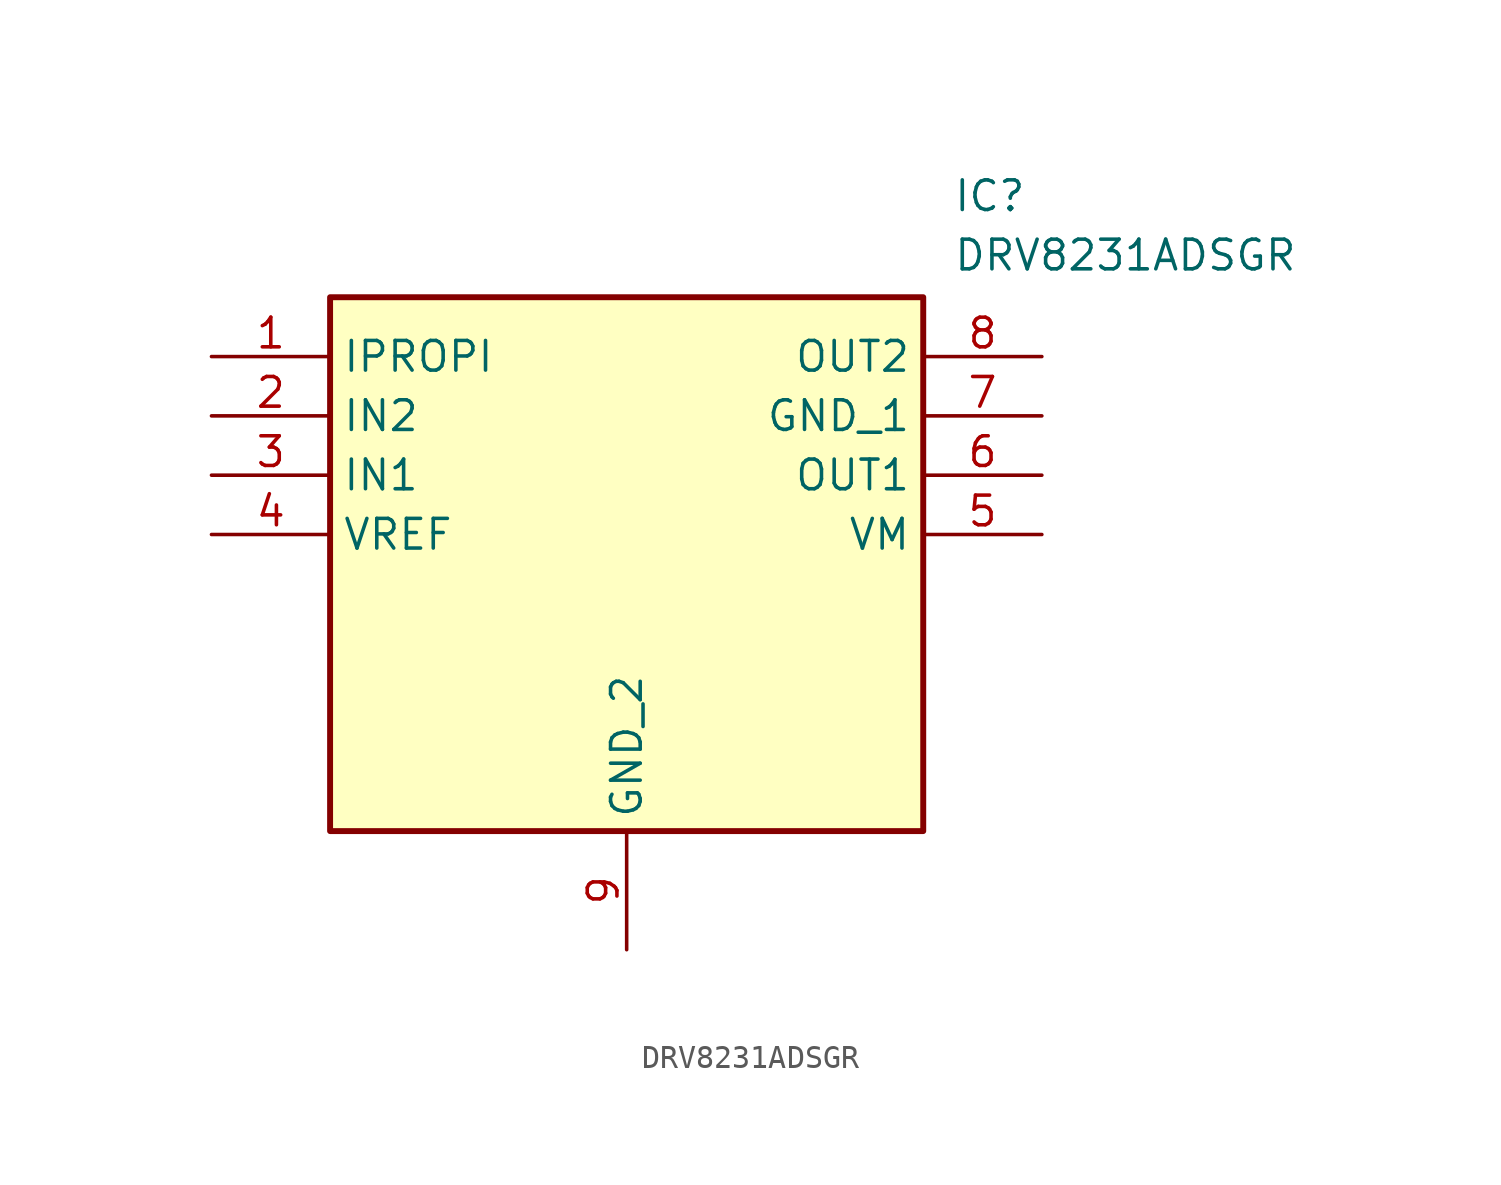
<source format=kicad_sym>
(kicad_symbol_lib
  (version 20211014)
  (generator SamacSys_ECAD_Model)
  (symbol "DRV8231ADSGR"
    (property "Reference" "IC"
      (at 31.75 7.62 0)
      (effects (font (size 1.27 1.27)) (justify left top)))
    (property "Value" "DRV8231ADSGR"
      (at 31.75 5.08 0)
      (effects (font (size 1.27 1.27)) (justify left top)))
    (rectangle
      (start 5.08 2.54)
      (end 30.48 -20.32)
      (stroke (width 0.254) (type default))
      (fill (type background)))
    (pin passive line
      (at 0 0 0)
      (length 5.08)
      (name "IPROPI" (effects (font (size 1.27 1.27))))
      (number "1" (effects (font (size 1.27 1.27)))))
    (pin passive line
      (at 0 -2.54 0)
      (length 5.08)
      (name "IN2" (effects (font (size 1.27 1.27))))
      (number "2" (effects (font (size 1.27 1.27)))))
    (pin passive line
      (at 0 -5.08 0)
      (length 5.08)
      (name "IN1" (effects (font (size 1.27 1.27))))
      (number "3" (effects (font (size 1.27 1.27)))))
    (pin passive line
      (at 0 -7.62 0)
      (length 5.08)
      (name "VREF" (effects (font (size 1.27 1.27))))
      (number "4" (effects (font (size 1.27 1.27)))))
    (pin passive line
      (at 17.78 -25.4 90)
      (length 5.08)
      (name "GND_2" (effects (font (size 1.27 1.27))))
      (number "9" (effects (font (size 1.27 1.27)))))
    (pin passive line
      (at 35.56 0 180)
      (length 5.08)
      (name "OUT2" (effects (font (size 1.27 1.27))))
      (number "8" (effects (font (size 1.27 1.27)))))
    (pin passive line
      (at 35.56 -2.54 180)
      (length 5.08)
      (name "GND_1" (effects (font (size 1.27 1.27))))
      (number "7" (effects (font (size 1.27 1.27)))))
    (pin passive line
      (at 35.56 -5.08 180)
      (length 5.08)
      (name "OUT1" (effects (font (size 1.27 1.27))))
      (number "6" (effects (font (size 1.27 1.27)))))
    (pin passive line
      (at 35.56 -7.62 180)
      (length 5.08)
      (name "VM" (effects (font (size 1.27 1.27))))
      (number "5" (effects (font (size 1.27 1.27)))))))
</source>
